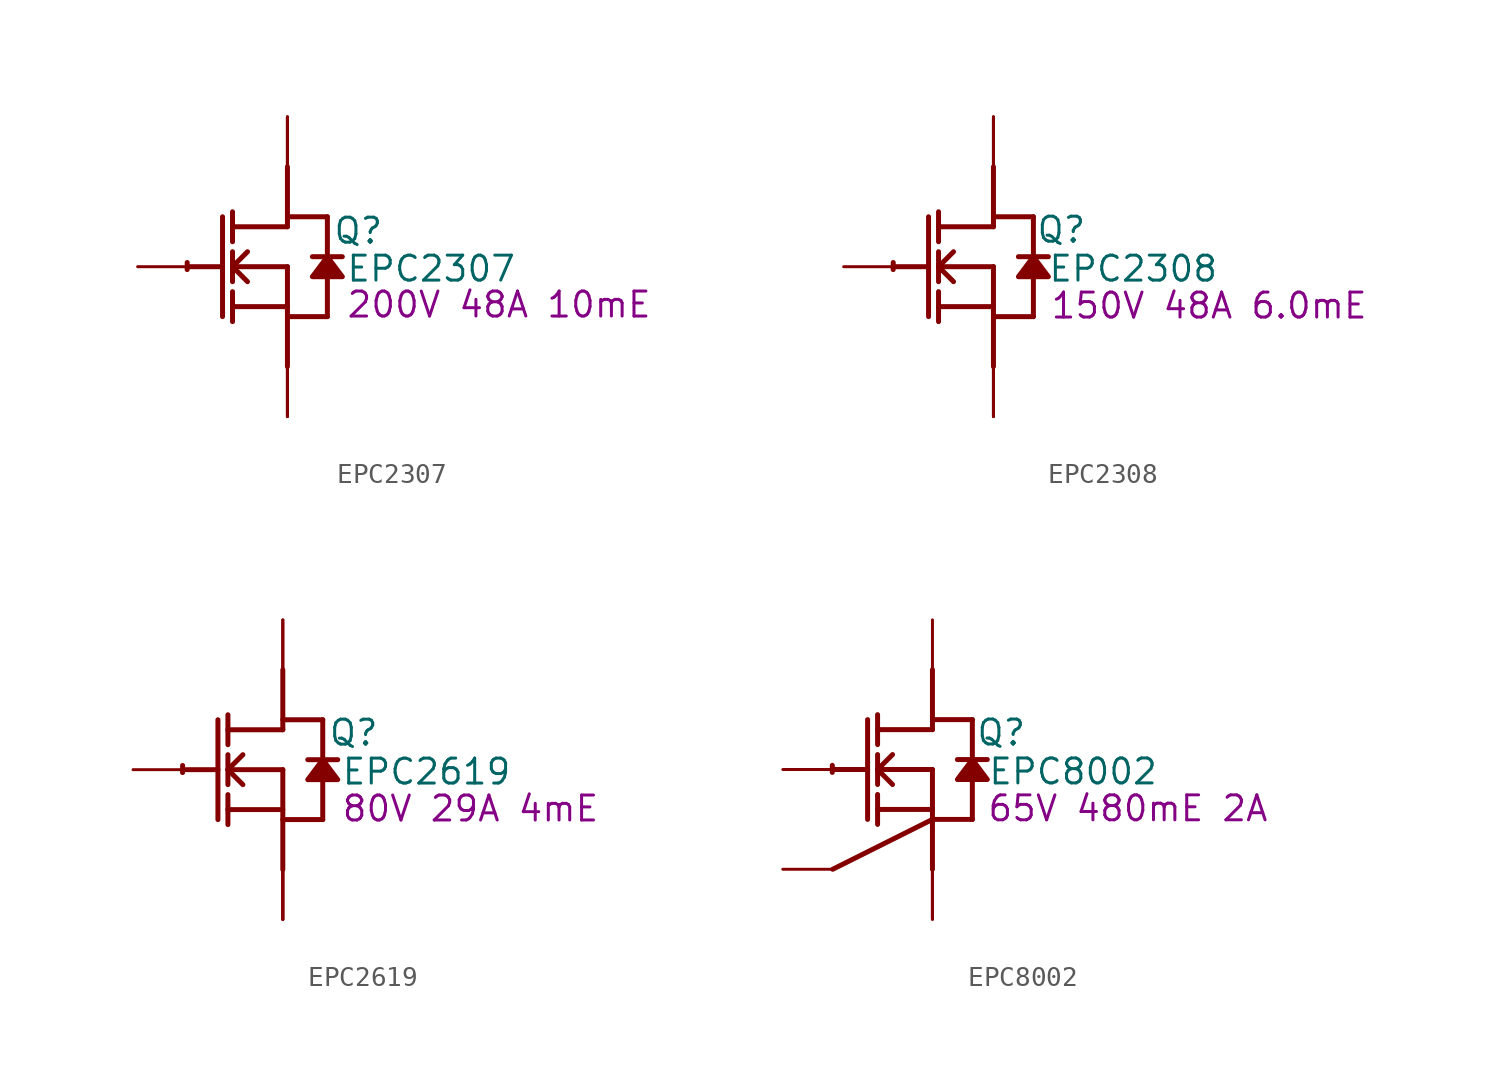
<source format=kicad_sym>
(kicad_symbol_lib
  (version 20231120)
  (generator "kicad_symbol_editor")
  (generator_version "8.0")
  (symbol "EPC2307"
    (property "Reference" "Q"
      (at 3.607 1.829 0)
      (effects (font (size 1.27 1.27))))
    (property "Value" "EPC2307"
      (at 7.315 -0.102 0)
      (effects (font (size 1.27 1.27))))
    (property "Description" "200V 48A 10mE"
      (at 10.77 -1.93 0)
      (effects (font (size 1.27 1.27))))
    (symbol "EPC2307_1_0"
      (arc (start -5.0996 0.2128) (mid -5.1039 0.0331) (end -5.1019 -0.1467) (stroke (width 0.254) (type solid)) (fill (type none)))
      (polyline (pts (xy -5.08 0) (xy -3.302 0)) (stroke (width 0.254) (type solid)) (fill (type none)))
      (polyline (pts (xy -3.302 2.54) (xy -3.302 -2.54)) (stroke (width 0.254) (type solid)) (fill (type none)))
      (polyline (pts (xy -2.794 -2.794) (xy -2.794 -1.27)) (stroke (width 0.254) (type solid)) (fill (type none)))
      (polyline (pts (xy -2.794 -2.032) (xy 0 -2.032)) (stroke (width 0.254) (type solid)) (fill (type none)))
      (polyline (pts (xy -2.794 -0.762) (xy -2.794 0.762)) (stroke (width 0.254) (type solid)) (fill (type none)))
      (polyline (pts (xy -2.794 0) (xy -2.032 0.762)) (stroke (width 0.254) (type solid)) (fill (type none)))
      (polyline (pts (xy -2.794 0) (xy 0 0)) (stroke (width 0.254) (type solid)) (fill (type none)))
      (polyline (pts (xy -2.794 1.27) (xy -2.794 2.794)) (stroke (width 0.254) (type solid)) (fill (type none)))
      (polyline (pts (xy -2.032 -0.762) (xy -2.794 0)) (stroke (width 0.254) (type solid)) (fill (type none)))
      (polyline (pts (xy 0 -2.54) (xy 2.032 -2.54)) (stroke (width 0.254) (type solid)) (fill (type none)))
      (polyline (pts (xy 0 0) (xy 0 -5.08)) (stroke (width 0.254) (type solid)) (fill (type none)))
      (polyline (pts (xy 0 2.032) (xy -2.794 2.032)) (stroke (width 0.254) (type solid)) (fill (type none)))
      (polyline (pts (xy 0 2.032) (xy 0 5.08)) (stroke (width 0.254) (type solid)) (fill (type none)))
      (polyline (pts (xy 0 2.54) (xy 2.032 2.54)) (stroke (width 0.254) (type solid)) (fill (type none)))
      (polyline (pts (xy 2.032 -0.508) (xy 2.032 -2.54)) (stroke (width 0.254) (type solid)) (fill (type none)))
      (polyline (pts (xy 2.032 2.54) (xy 2.032 0.508)) (stroke (width 0.254) (type solid)) (fill (type none)))
      (polyline (pts (xy 2.794 0.508) (xy 1.27 0.508)) (stroke (width 0.254) (type solid)) (fill (type none)))
      (polyline (pts (xy 2.032 0.508) (xy 1.27 -0.508) (xy 2.794 -0.508) (xy 2.032 0.508)) (stroke (width 0.254) (type solid)) (fill (type outline)))
      (pin passive line (at -7.62 0 0) (length 2.54) (name "G" (effects (font (size 0 0)))) (number "1" (effects (font (size 0 0)))))
      (pin passive line (at 0 -7.62 90) (length 2.54) (name "S" (effects (font (size 0 0)))) (number "2" (effects (font (size 0 0)))))
      (pin passive line (at 0 7.62 270) (length 2.54) (name "D" (effects (font (size 0 0)))) (number "3" (effects (font (size 0 0)))))
      (pin passive line (at 0 -7.62 90) (length 2.54) (name "S" (effects (font (size 0 0)))) (number "4" (effects (font (size 0 0)))))
      (pin passive line (at 0 7.62 270) (length 2.54) (name "D" (effects (font (size 0 0)))) (number "5" (effects (font (size 0 0)))))
      (pin passive line (at 0 -7.62 90) (length 2.54) (name "S" (effects (font (size 0 0)))) (number "6" (effects (font (size 0 0)))))
      (pin passive line (at 0 7.62 270) (length 2.54) (name "D" (effects (font (size 0 0)))) (number "7" (effects (font (size 0 0)))))))
  (symbol "EPC2308"
    (property "Reference" "Q"
      (at 3.454 1.88 0)
      (effects (font (size 1.27 1.27))))
    (property "Value" "EPC2308"
      (at 7.112 -0.102 0)
      (effects (font (size 1.27 1.27))))
    (property "Description" "150V 48A 6.0mE"
      (at 10.973 -1.981 0)
      (effects (font (size 1.27 1.27))))
    (symbol "EPC2308_1_0"
      (arc (start -5.0996 0.2128) (mid -5.1039 0.0331) (end -5.1019 -0.1467) (stroke (width 0.254) (type solid)) (fill (type none)))
      (polyline (pts (xy -5.08 0) (xy -3.302 0)) (stroke (width 0.254) (type solid)) (fill (type none)))
      (polyline (pts (xy -3.302 2.54) (xy -3.302 -2.54)) (stroke (width 0.254) (type solid)) (fill (type none)))
      (polyline (pts (xy -2.794 -2.794) (xy -2.794 -1.27)) (stroke (width 0.254) (type solid)) (fill (type none)))
      (polyline (pts (xy -2.794 -2.032) (xy 0 -2.032)) (stroke (width 0.254) (type solid)) (fill (type none)))
      (polyline (pts (xy -2.794 -0.762) (xy -2.794 0.762)) (stroke (width 0.254) (type solid)) (fill (type none)))
      (polyline (pts (xy -2.794 0) (xy -2.032 0.762)) (stroke (width 0.254) (type solid)) (fill (type none)))
      (polyline (pts (xy -2.794 0) (xy 0 0)) (stroke (width 0.254) (type solid)) (fill (type none)))
      (polyline (pts (xy -2.794 1.27) (xy -2.794 2.794)) (stroke (width 0.254) (type solid)) (fill (type none)))
      (polyline (pts (xy -2.032 -0.762) (xy -2.794 0)) (stroke (width 0.254) (type solid)) (fill (type none)))
      (polyline (pts (xy 0 -2.54) (xy 2.032 -2.54)) (stroke (width 0.254) (type solid)) (fill (type none)))
      (polyline (pts (xy 0 0) (xy 0 -5.08)) (stroke (width 0.254) (type solid)) (fill (type none)))
      (polyline (pts (xy 0 2.032) (xy -2.794 2.032)) (stroke (width 0.254) (type solid)) (fill (type none)))
      (polyline (pts (xy 0 2.032) (xy 0 5.08)) (stroke (width 0.254) (type solid)) (fill (type none)))
      (polyline (pts (xy 0 2.54) (xy 2.032 2.54)) (stroke (width 0.254) (type solid)) (fill (type none)))
      (polyline (pts (xy 2.032 -0.508) (xy 2.032 -2.54)) (stroke (width 0.254) (type solid)) (fill (type none)))
      (polyline (pts (xy 2.032 2.54) (xy 2.032 0.508)) (stroke (width 0.254) (type solid)) (fill (type none)))
      (polyline (pts (xy 2.794 0.508) (xy 1.27 0.508)) (stroke (width 0.254) (type solid)) (fill (type none)))
      (polyline (pts (xy 2.032 0.508) (xy 1.27 -0.508) (xy 2.794 -0.508) (xy 2.032 0.508)) (stroke (width 0.254) (type solid)) (fill (type outline)))
      (pin passive line (at -7.62 0 0) (length 2.54) (name "G" (effects (font (size 0 0)))) (number "1" (effects (font (size 0 0)))))
      (pin passive line (at 0 -7.62 90) (length 2.54) (name "S" (effects (font (size 0 0)))) (number "2" (effects (font (size 0 0)))))
      (pin passive line (at 0 7.62 270) (length 2.54) (name "D" (effects (font (size 0 0)))) (number "3" (effects (font (size 0 0)))))
      (pin passive line (at 0 -7.62 90) (length 2.54) (name "S" (effects (font (size 0 0)))) (number "4" (effects (font (size 0 0)))))
      (pin passive line (at 0 7.62 270) (length 2.54) (name "D" (effects (font (size 0 0)))) (number "5" (effects (font (size 0 0)))))
      (pin passive line (at 0 -7.62 90) (length 2.54) (name "S" (effects (font (size 0 0)))) (number "6" (effects (font (size 0 0)))))
      (pin passive line (at 0 7.62 270) (length 2.54) (name "D" (effects (font (size 0 0)))) (number "7" (effects (font (size 0 0)))))))
  (symbol "EPC2619"
    (property "Reference" "Q"
      (at 3.607 1.88 0)
      (effects (font (size 1.27 1.27))))
    (property "Value" "EPC2619"
      (at 7.315 -0.102 0)
      (effects (font (size 1.27 1.27))))
    (property "Description" "80V 29A 4mE"
      (at 9.55 -1.981 0)
      (effects (font (size 1.27 1.27))))
    (symbol "EPC2619_1_0"
      (arc (start -5.0996 0.2128) (mid -5.1039 0.0331) (end -5.1019 -0.1467) (stroke (width 0.254) (type solid)) (fill (type none)))
      (polyline (pts (xy -5.08 0) (xy -3.302 0)) (stroke (width 0.254) (type solid)) (fill (type none)))
      (polyline (pts (xy -3.302 2.54) (xy -3.302 -2.54)) (stroke (width 0.254) (type solid)) (fill (type none)))
      (polyline (pts (xy -2.794 -2.794) (xy -2.794 -1.27)) (stroke (width 0.254) (type solid)) (fill (type none)))
      (polyline (pts (xy -2.794 -2.032) (xy 0 -2.032)) (stroke (width 0.254) (type solid)) (fill (type none)))
      (polyline (pts (xy -2.794 -0.762) (xy -2.794 0.762)) (stroke (width 0.254) (type solid)) (fill (type none)))
      (polyline (pts (xy -2.794 0) (xy -2.032 0.762)) (stroke (width 0.254) (type solid)) (fill (type none)))
      (polyline (pts (xy -2.794 0) (xy 0 0)) (stroke (width 0.254) (type solid)) (fill (type none)))
      (polyline (pts (xy -2.794 1.27) (xy -2.794 2.794)) (stroke (width 0.254) (type solid)) (fill (type none)))
      (polyline (pts (xy -2.032 -0.762) (xy -2.794 0)) (stroke (width 0.254) (type solid)) (fill (type none)))
      (polyline (pts (xy 0 -2.54) (xy 2.032 -2.54)) (stroke (width 0.254) (type solid)) (fill (type none)))
      (polyline (pts (xy 0 0) (xy 0 -5.08)) (stroke (width 0.254) (type solid)) (fill (type none)))
      (polyline (pts (xy 0 2.032) (xy -2.794 2.032)) (stroke (width 0.254) (type solid)) (fill (type none)))
      (polyline (pts (xy 0 2.032) (xy 0 5.08)) (stroke (width 0.254) (type solid)) (fill (type none)))
      (polyline (pts (xy 0 2.54) (xy 2.032 2.54)) (stroke (width 0.254) (type solid)) (fill (type none)))
      (polyline (pts (xy 2.032 -0.508) (xy 2.032 -2.54)) (stroke (width 0.254) (type solid)) (fill (type none)))
      (polyline (pts (xy 2.032 2.54) (xy 2.032 0.508)) (stroke (width 0.254) (type solid)) (fill (type none)))
      (polyline (pts (xy 2.794 0.508) (xy 1.27 0.508)) (stroke (width 0.254) (type solid)) (fill (type none)))
      (polyline (pts (xy 2.032 0.508) (xy 1.27 -0.508) (xy 2.794 -0.508) (xy 2.032 0.508)) (stroke (width 0.254) (type solid)) (fill (type outline)))
      (pin passive line (at -7.62 0 0) (length 2.54) (name "G" (effects (font (size 0 0)))) (number "1" (effects (font (size 0 0)))))
      (pin open_emitter line (at 0 -7.62 90) (length 2.54) (name "S" (effects (font (size 0 0)))) (number "2" (effects (font (size 0 0)))))
      (pin open_collector line (at 0 7.62 270) (length 2.54) (name "D" (effects (font (size 0 0)))) (number "3" (effects (font (size 0 0)))))
      (pin open_emitter line (at 0 -7.62 90) (length 2.54) (name "S" (effects (font (size 0 0)))) (number "4" (effects (font (size 0 0)))))
      (pin open_collector line (at 0 7.62 270) (length 2.54) (name "D" (effects (font (size 0 0)))) (number "5" (effects (font (size 0 0)))))
      (pin open_emitter line (at 0 -7.62 90) (length 2.54) (name "S" (effects (font (size 0 0)))) (number "6" (effects (font (size 0 0)))))))
  (symbol "EPC8002"
    (property "Reference" "Q"
      (at 3.505 1.88 0)
      (effects (font (size 1.27 1.27))))
    (property "Value" "EPC8002"
      (at 7.163 -0.102 0)
      (effects (font (size 1.27 1.27))))
    (property "Description" "65V 480mE 2A"
      (at 9.957 -1.981 0)
      (effects (font (size 1.27 1.27))))
    (symbol "EPC8002_1_0"
      (arc (start -5.0996 0.2128) (mid -5.1039 0.0331) (end -5.1019 -0.1467) (stroke (width 0.254) (type solid)) (fill (type none)))
      (polyline (pts (xy -5.08 0) (xy -3.302 0)) (stroke (width 0.254) (type solid)) (fill (type none)))
      (polyline (pts (xy -3.302 2.54) (xy -3.302 -2.54)) (stroke (width 0.254) (type solid)) (fill (type none)))
      (polyline (pts (xy -2.794 -2.794) (xy -2.794 -1.27)) (stroke (width 0.254) (type solid)) (fill (type none)))
      (polyline (pts (xy -2.794 -2.032) (xy 0 -2.032)) (stroke (width 0.254) (type solid)) (fill (type none)))
      (polyline (pts (xy -2.794 -0.762) (xy -2.794 0.762)) (stroke (width 0.254) (type solid)) (fill (type none)))
      (polyline (pts (xy -2.794 0) (xy -2.032 0.762)) (stroke (width 0.254) (type solid)) (fill (type none)))
      (polyline (pts (xy -2.794 0) (xy 0 0)) (stroke (width 0.254) (type solid)) (fill (type none)))
      (polyline (pts (xy -2.794 1.27) (xy -2.794 2.794)) (stroke (width 0.254) (type solid)) (fill (type none)))
      (polyline (pts (xy -2.032 -0.762) (xy -2.794 0)) (stroke (width 0.254) (type solid)) (fill (type none)))
      (polyline (pts (xy 0 -2.54) (xy -5.08 -5.08)) (stroke (width 0.254) (type solid)) (fill (type none)))
      (polyline (pts (xy 0 -2.54) (xy 2.032 -2.54)) (stroke (width 0.254) (type solid)) (fill (type none)))
      (polyline (pts (xy 0 0) (xy 0 -5.08)) (stroke (width 0.254) (type solid)) (fill (type none)))
      (polyline (pts (xy 0 2.032) (xy -2.794 2.032)) (stroke (width 0.254) (type solid)) (fill (type none)))
      (polyline (pts (xy 0 2.032) (xy 0 5.08)) (stroke (width 0.254) (type solid)) (fill (type none)))
      (polyline (pts (xy 0 2.54) (xy 2.032 2.54)) (stroke (width 0.254) (type solid)) (fill (type none)))
      (polyline (pts (xy 2.032 -0.508) (xy 2.032 -2.54)) (stroke (width 0.254) (type solid)) (fill (type none)))
      (polyline (pts (xy 2.032 2.54) (xy 2.032 0.508)) (stroke (width 0.254) (type solid)) (fill (type none)))
      (polyline (pts (xy 2.794 0.508) (xy 1.27 0.508)) (stroke (width 0.254) (type solid)) (fill (type none)))
      (polyline (pts (xy 2.032 0.508) (xy 1.27 -0.508) (xy 2.794 -0.508) (xy 2.032 0.508)) (stroke (width 0.254) (type solid)) (fill (type outline)))
      (pin passive line (at -7.62 0 0) (length 2.54) (name "G" (effects (font (size 0 0)))) (number "1" (effects (font (size 0 0)))))
      (pin open_emitter line (at -7.62 -5.08 0) (length 2.54) (name "SG" (effects (font (size 0 0)))) (number "2" (effects (font (size 0 0)))))
      (pin open_emitter line (at 0 -7.62 90) (length 2.54) (name "SP1" (effects (font (size 0 0)))) (number "3" (effects (font (size 0 0)))))
      (pin open_collector line (at 0 7.62 270) (length 2.54) (name "D" (effects (font (size 0 0)))) (number "4" (effects (font (size 0 0)))))
      (pin open_emitter line (at 0 -7.62 90) (length 2.54) (name "SP2" (effects (font (size 0 0)))) (number "5" (effects (font (size 0 0)))))
      (pin open_emitter line (at 0 -7.62 90) (length 2.54) (name "Sub" (effects (font (size 0 0)))) (number "6" (effects (font (size 0 0))))))))
</source>
